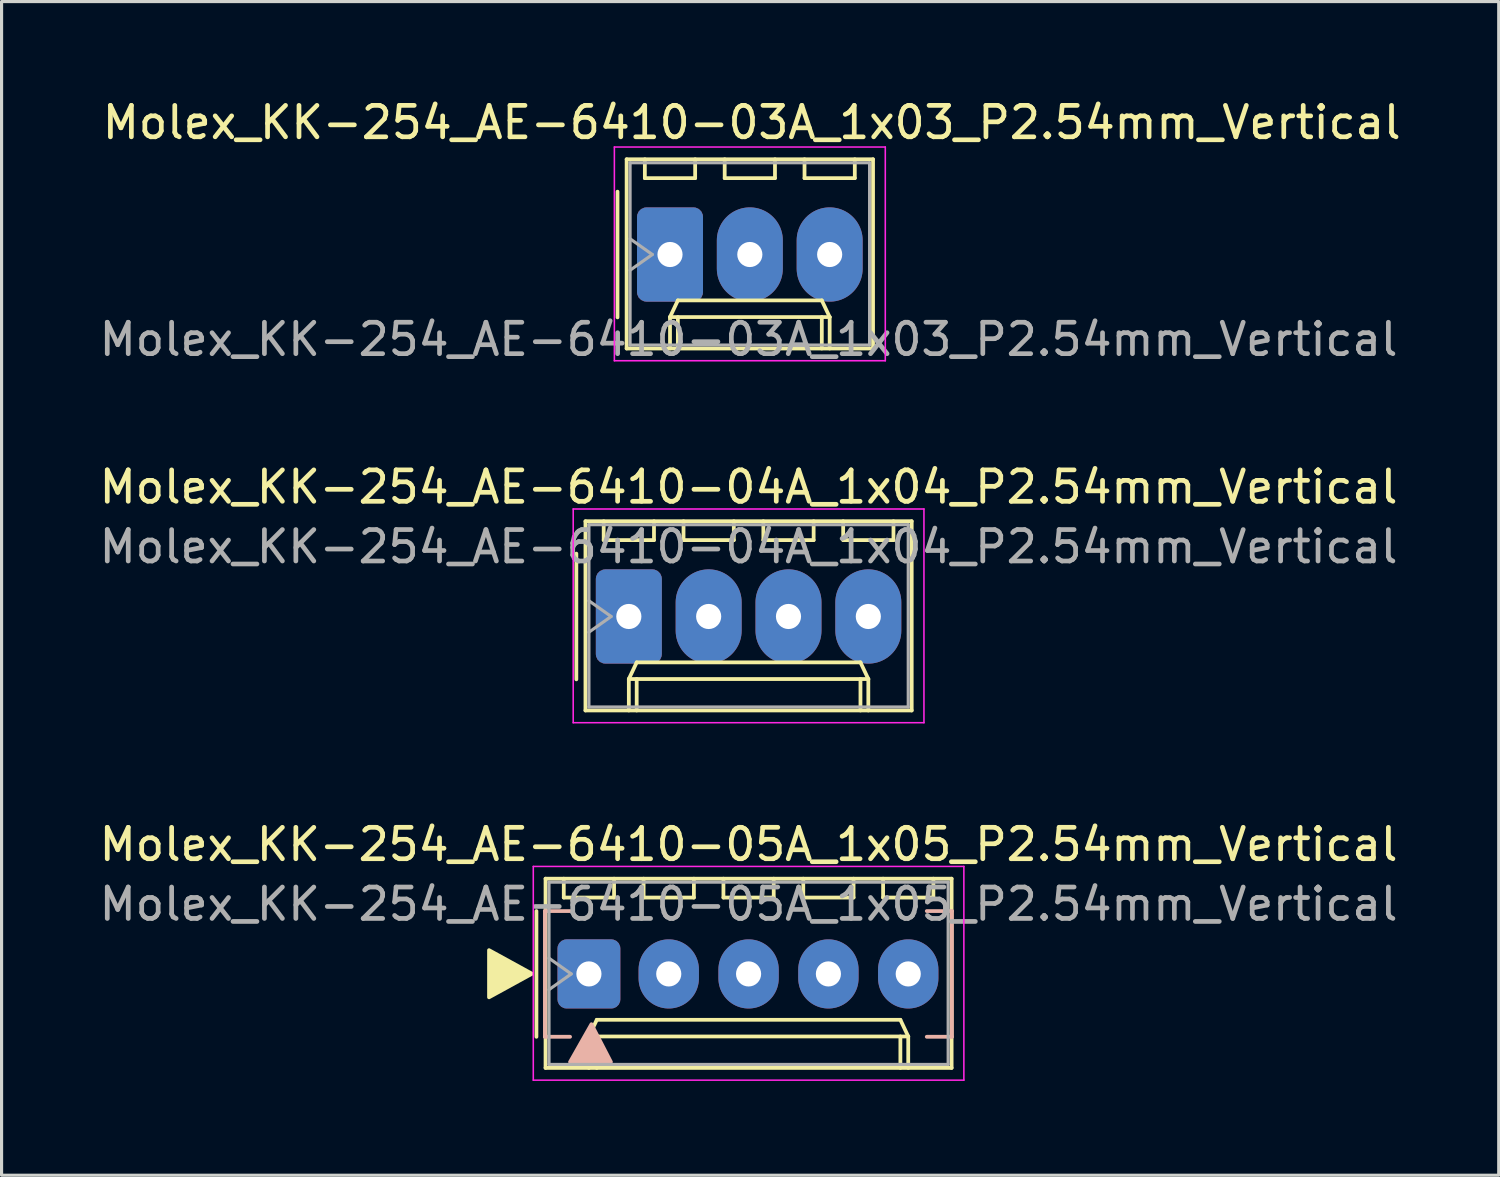
<source format=kicad_pcb>
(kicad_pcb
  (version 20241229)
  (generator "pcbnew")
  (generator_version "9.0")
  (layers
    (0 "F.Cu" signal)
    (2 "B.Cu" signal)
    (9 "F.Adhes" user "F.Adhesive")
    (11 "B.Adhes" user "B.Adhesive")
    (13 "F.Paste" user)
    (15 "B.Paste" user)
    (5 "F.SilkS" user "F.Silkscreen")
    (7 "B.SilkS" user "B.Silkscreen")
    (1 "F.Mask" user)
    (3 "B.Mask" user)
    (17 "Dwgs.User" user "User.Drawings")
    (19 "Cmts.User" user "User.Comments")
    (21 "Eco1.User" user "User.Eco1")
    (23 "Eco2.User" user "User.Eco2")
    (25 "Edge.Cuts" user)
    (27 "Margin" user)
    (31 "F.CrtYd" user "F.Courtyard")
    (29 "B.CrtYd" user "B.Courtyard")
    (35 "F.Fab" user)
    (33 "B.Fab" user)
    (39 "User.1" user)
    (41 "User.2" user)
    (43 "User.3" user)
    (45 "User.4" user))
  (footprint "Molex_KK-254_AE-6410-04A_1x04_P2.54mm_Vertical"
    (layer "F.Cu")
    (at 16.958 16.565)
    (property "Reference" "Molex_KK-254_AE-6410-04A_1x04_P2.54mm_Vertical" (at 3.81 -4.12 0) (layer "F.SilkS") (effects (font (size 1 1) (thickness 0.15))))
    (attr through_hole)
    (fp_line (start -1.67 -2) (end -1.67 2) (stroke (width 0.12) (type solid)) (layer "F.SilkS"))
    (fp_line (start -1.38 -3.03) (end -1.38 2.99) (stroke (width 0.12) (type solid)) (layer "F.SilkS"))
    (fp_line (start -1.38 2.99) (end 9 2.99) (stroke (width 0.12) (type solid)) (layer "F.SilkS"))
    (fp_line (start -0.8 -3.03) (end -0.8 -2.43) (stroke (width 0.12) (type solid)) (layer "F.SilkS"))
    (fp_line (start -0.8 -2.43) (end 0.8 -2.43) (stroke (width 0.12) (type solid)) (layer "F.SilkS"))
    (fp_line (start 0 1.99) (end 0.25 1.46) (stroke (width 0.12) (type solid)) (layer "F.SilkS"))
    (fp_line (start 0 1.99) (end 7.62 1.99) (stroke (width 0.12) (type solid)) (layer "F.SilkS"))
    (fp_line (start 0 2.99) (end 0 1.99) (stroke (width 0.12) (type solid)) (layer "F.SilkS"))
    (fp_line (start 0.25 1.46) (end 7.37 1.46) (stroke (width 0.12) (type solid)) (layer "F.SilkS"))
    (fp_line (start 0.25 2.99) (end 0.25 1.99) (stroke (width 0.12) (type solid)) (layer "F.SilkS"))
    (fp_line (start 0.8 -2.43) (end 0.8 -3.03) (stroke (width 0.12) (type solid)) (layer "F.SilkS"))
    (fp_line (start 1.74 -3.03) (end 1.74 -2.43) (stroke (width 0.12) (type solid)) (layer "F.SilkS"))
    (fp_line (start 1.74 -2.43) (end 3.34 -2.43) (stroke (width 0.12) (type solid)) (layer "F.SilkS"))
    (fp_line (start 3.34 -2.43) (end 3.34 -3.03) (stroke (width 0.12) (type solid)) (layer "F.SilkS"))
    (fp_line (start 4.28 -3.03) (end 4.28 -2.43) (stroke (width 0.12) (type solid)) (layer "F.SilkS"))
    (fp_line (start 4.28 -2.43) (end 5.88 -2.43) (stroke (width 0.12) (type solid)) (layer "F.SilkS"))
    (fp_line (start 5.88 -2.43) (end 5.88 -3.03) (stroke (width 0.12) (type solid)) (layer "F.SilkS"))
    (fp_line (start 6.82 -3.03) (end 6.82 -2.43) (stroke (width 0.12) (type solid)) (layer "F.SilkS"))
    (fp_line (start 6.82 -2.43) (end 8.42 -2.43) (stroke (width 0.12) (type solid)) (layer "F.SilkS"))
    (fp_line (start 7.37 1.46) (end 7.62 1.99) (stroke (width 0.12) (type solid)) (layer "F.SilkS"))
    (fp_line (start 7.37 2.99) (end 7.37 1.99) (stroke (width 0.12) (type solid)) (layer "F.SilkS"))
    (fp_line (start 7.62 1.99) (end 7.62 2.99) (stroke (width 0.12) (type solid)) (layer "F.SilkS"))
    (fp_line (start 8.42 -2.43) (end 8.42 -3.03) (stroke (width 0.12) (type solid)) (layer "F.SilkS"))
    (fp_line (start 9 -3.03) (end -1.38 -3.03) (stroke (width 0.12) (type solid)) (layer "F.SilkS"))
    (fp_line (start 9 2.99) (end 9 -3.03) (stroke (width 0.12) (type solid)) (layer "F.SilkS"))
    (fp_line (start -1.77 -3.42) (end -1.77 3.38) (stroke (width 0.05) (type solid)) (layer "F.CrtYd"))
    (fp_line (start -1.77 3.38) (end 9.39 3.38) (stroke (width 0.05) (type solid)) (layer "F.CrtYd"))
    (fp_line (start 9.39 -3.42) (end -1.77 -3.42) (stroke (width 0.05) (type solid)) (layer "F.CrtYd"))
    (fp_line (start 9.39 3.38) (end 9.39 -3.42) (stroke (width 0.05) (type solid)) (layer "F.CrtYd"))
    (fp_line (start -1.27 -2.92) (end -1.27 2.88) (stroke (width 0.1) (type solid)) (layer "F.Fab"))
    (fp_line (start -1.27 -0.5) (end -0.563 0) (stroke (width 0.1) (type solid)) (layer "F.Fab"))
    (fp_line (start -1.27 2.88) (end 8.89 2.88) (stroke (width 0.1) (type solid)) (layer "F.Fab"))
    (fp_line (start -0.563 0) (end -1.27 0.5) (stroke (width 0.1) (type solid)) (layer "F.Fab"))
    (fp_line (start 8.89 -2.92) (end -1.27 -2.92) (stroke (width 0.1) (type solid)) (layer "F.Fab"))
    (fp_line (start 8.89 2.88) (end 8.89 -2.92) (stroke (width 0.1) (type solid)) (layer "F.Fab"))
    (fp_text user "${REFERENCE}" (at 3.81 -2.22 0) (layer "F.Fab") (effects (font (size 1 1) (thickness 0.15))))
    (pad "1" thru_hole roundrect (at 0 0) (size 2.1 3) (drill 0.8) (layers "*.Cu" "*.Mask") (roundrect_rratio 0.144))
    (pad "2" thru_hole oval (at 2.54 0) (size 2.1 3) (drill 0.8) (layers "*.Cu" "*.Mask"))
    (pad "3" thru_hole oval (at 5.08 0) (size 2.1 3) (drill 0.8) (layers "*.Cu" "*.Mask"))
    (pad "4" thru_hole oval (at 7.62 0) (size 2.1 3) (drill 0.8) (layers "*.Cu" "*.Mask")))
  (footprint "Molex_KK-254_AE-6410-03A_1x03_P2.54mm_Vertical"
    (layer "F.Cu")
    (at 18.268 5.048)
    (property "Reference" "Molex_KK-254_AE-6410-03A_1x03_P2.54mm_Vertical" (at 2.6 -4.2 0) (layer "F.SilkS") (effects (font (size 1 1) (thickness 0.15))))
    (attr through_hole)
    (fp_line (start -1.67 -2) (end -1.67 2) (stroke (width 0.12) (type solid)) (layer "F.SilkS"))
    (fp_line (start -1.38 -3.03) (end -1.38 2.99) (stroke (width 0.12) (type solid)) (layer "F.SilkS"))
    (fp_line (start -1.38 2.99) (end 6.46 2.99) (stroke (width 0.12) (type solid)) (layer "F.SilkS"))
    (fp_line (start -0.8 -3.03) (end -0.8 -2.43) (stroke (width 0.12) (type solid)) (layer "F.SilkS"))
    (fp_line (start -0.8 -2.43) (end 0.8 -2.43) (stroke (width 0.12) (type solid)) (layer "F.SilkS"))
    (fp_line (start 0 1.99) (end 0.25 1.46) (stroke (width 0.12) (type solid)) (layer "F.SilkS"))
    (fp_line (start 0 1.99) (end 5.08 1.99) (stroke (width 0.12) (type solid)) (layer "F.SilkS"))
    (fp_line (start 0 2.99) (end 0 1.99) (stroke (width 0.12) (type solid)) (layer "F.SilkS"))
    (fp_line (start 0.25 1.46) (end 4.83 1.46) (stroke (width 0.12) (type solid)) (layer "F.SilkS"))
    (fp_line (start 0.25 2.99) (end 0.25 1.99) (stroke (width 0.12) (type solid)) (layer "F.SilkS"))
    (fp_line (start 0.8 -2.43) (end 0.8 -3.03) (stroke (width 0.12) (type solid)) (layer "F.SilkS"))
    (fp_line (start 1.74 -3.03) (end 1.74 -2.43) (stroke (width 0.12) (type solid)) (layer "F.SilkS"))
    (fp_line (start 1.74 -2.43) (end 3.34 -2.43) (stroke (width 0.12) (type solid)) (layer "F.SilkS"))
    (fp_line (start 3.34 -2.43) (end 3.34 -3.03) (stroke (width 0.12) (type solid)) (layer "F.SilkS"))
    (fp_line (start 4.28 -3.03) (end 4.28 -2.43) (stroke (width 0.12) (type solid)) (layer "F.SilkS"))
    (fp_line (start 4.28 -2.43) (end 5.88 -2.43) (stroke (width 0.12) (type solid)) (layer "F.SilkS"))
    (fp_line (start 4.83 1.46) (end 5.08 1.99) (stroke (width 0.12) (type solid)) (layer "F.SilkS"))
    (fp_line (start 4.83 2.99) (end 4.83 1.99) (stroke (width 0.12) (type solid)) (layer "F.SilkS"))
    (fp_line (start 5.08 1.99) (end 5.08 2.99) (stroke (width 0.12) (type solid)) (layer "F.SilkS"))
    (fp_line (start 5.88 -2.43) (end 5.88 -3.03) (stroke (width 0.12) (type solid)) (layer "F.SilkS"))
    (fp_line (start 6.46 -3.03) (end -1.38 -3.03) (stroke (width 0.12) (type solid)) (layer "F.SilkS"))
    (fp_line (start 6.46 2.99) (end 6.46 -3.03) (stroke (width 0.12) (type solid)) (layer "F.SilkS"))
    (fp_line (start -1.77 -3.42) (end -1.77 3.38) (stroke (width 0.05) (type solid)) (layer "F.CrtYd"))
    (fp_line (start -1.77 3.38) (end 6.85 3.38) (stroke (width 0.05) (type solid)) (layer "F.CrtYd"))
    (fp_line (start 6.85 -3.42) (end -1.77 -3.42) (stroke (width 0.05) (type solid)) (layer "F.CrtYd"))
    (fp_line (start 6.85 3.38) (end 6.85 -3.42) (stroke (width 0.05) (type solid)) (layer "F.CrtYd"))
    (fp_line (start -1.27 -2.92) (end -1.27 2.88) (stroke (width 0.1) (type solid)) (layer "F.Fab"))
    (fp_line (start -1.27 -0.5) (end -0.563 0) (stroke (width 0.1) (type solid)) (layer "F.Fab"))
    (fp_line (start -1.27 2.88) (end 6.35 2.88) (stroke (width 0.1) (type solid)) (layer "F.Fab"))
    (fp_line (start -0.563 0) (end -1.27 0.5) (stroke (width 0.1) (type solid)) (layer "F.Fab"))
    (fp_line (start 6.35 -2.92) (end -1.27 -2.92) (stroke (width 0.1) (type solid)) (layer "F.Fab"))
    (fp_line (start 6.35 2.88) (end 6.35 -2.92) (stroke (width 0.1) (type solid)) (layer "F.Fab"))
    (fp_text user "${REFERENCE}" (at 2.5 2.7 0) (layer "F.Fab") (effects (font (size 1 1) (thickness 0.15))))
    (pad "1" thru_hole roundrect (at 0 0) (size 2.1 3) (drill 0.8) (layers "*.Cu" "*.Mask") (roundrect_rratio 0.144))
    (pad "2" thru_hole oval (at 2.54 0) (size 2.1 3) (drill 0.8) (layers "*.Cu" "*.Mask"))
    (pad "3" thru_hole oval (at 5.08 0) (size 2.1 3) (drill 0.8) (layers "*.Cu" "*.Mask")))
  (footprint "Molex_KK-254_AE-6410-05A_1x05_P2.54mm_Vertical"
    (layer "F.Cu")
    (at 15.688 27.938)
    (property "Reference" "Molex_KK-254_AE-6410-05A_1x05_P2.54mm_Vertical" (at 5.08 -4.12 180) (layer "F.SilkS") (effects (font (size 1 1) (thickness 0.15))))
    (attr through_hole)
    (fp_line (start -1.67 -2) (end -1.67 2) (stroke (width 0.12) (type solid)) (layer "F.SilkS"))
    (fp_line (start -1.38 -3.03) (end -1.38 2.99) (stroke (width 0.12) (type solid)) (layer "F.SilkS"))
    (fp_line (start -1.38 2.99) (end 11.54 2.99) (stroke (width 0.12) (type solid)) (layer "F.SilkS"))
    (fp_line (start -0.8 -3.03) (end -0.8 -2.43) (stroke (width 0.12) (type solid)) (layer "F.SilkS"))
    (fp_line (start -0.8 -2.43) (end 0.8 -2.43) (stroke (width 0.12) (type solid)) (layer "F.SilkS"))
    (fp_line (start 0 1.99) (end 0.25 1.46) (stroke (width 0.12) (type solid)) (layer "F.SilkS"))
    (fp_line (start 0 1.99) (end 10.16 1.99) (stroke (width 0.12) (type solid)) (layer "F.SilkS"))
    (fp_line (start 0 2.99) (end 0 1.99) (stroke (width 0.12) (type solid)) (layer "F.SilkS"))
    (fp_line (start 0.25 1.46) (end 9.91 1.46) (stroke (width 0.12) (type solid)) (layer "F.SilkS"))
    (fp_line (start 0.25 2.99) (end 0.25 1.99) (stroke (width 0.12) (type solid)) (layer "F.SilkS"))
    (fp_line (start 0.8 -2.43) (end 0.8 -3.03) (stroke (width 0.12) (type solid)) (layer "F.SilkS"))
    (fp_line (start 1.74 -3.03) (end 1.74 -2.43) (stroke (width 0.12) (type solid)) (layer "F.SilkS"))
    (fp_line (start 1.74 -2.43) (end 3.34 -2.43) (stroke (width 0.12) (type solid)) (layer "F.SilkS"))
    (fp_line (start 3.34 -2.43) (end 3.34 -3.03) (stroke (width 0.12) (type solid)) (layer "F.SilkS"))
    (fp_line (start 4.28 -3.03) (end 4.28 -2.43) (stroke (width 0.12) (type solid)) (layer "F.SilkS"))
    (fp_line (start 4.28 -2.43) (end 5.88 -2.43) (stroke (width 0.12) (type solid)) (layer "F.SilkS"))
    (fp_line (start 5.88 -2.43) (end 5.88 -3.03) (stroke (width 0.12) (type solid)) (layer "F.SilkS"))
    (fp_line (start 6.82 -3.03) (end 6.82 -2.43) (stroke (width 0.12) (type solid)) (layer "F.SilkS"))
    (fp_line (start 6.82 -2.43) (end 8.42 -2.43) (stroke (width 0.12) (type solid)) (layer "F.SilkS"))
    (fp_line (start 8.42 -2.43) (end 8.42 -3.03) (stroke (width 0.12) (type solid)) (layer "F.SilkS"))
    (fp_line (start 9.36 -3.03) (end 9.36 -2.43) (stroke (width 0.12) (type solid)) (layer "F.SilkS"))
    (fp_line (start 9.36 -2.43) (end 10.96 -2.43) (stroke (width 0.12) (type solid)) (layer "F.SilkS"))
    (fp_line (start 9.91 1.46) (end 10.16 1.99) (stroke (width 0.12) (type solid)) (layer "F.SilkS"))
    (fp_line (start 9.91 2.99) (end 9.91 1.99) (stroke (width 0.12) (type solid)) (layer "F.SilkS"))
    (fp_line (start 10.16 1.99) (end 10.16 2.99) (stroke (width 0.12) (type solid)) (layer "F.SilkS"))
    (fp_line (start 10.96 -2.43) (end 10.96 -3.03) (stroke (width 0.12) (type solid)) (layer "F.SilkS"))
    (fp_line (start 11.54 -3.03) (end -1.38 -3.03) (stroke (width 0.12) (type solid)) (layer "F.SilkS"))
    (fp_line (start 11.54 2.99) (end 11.54 -3.03) (stroke (width 0.12) (type solid)) (layer "F.SilkS"))
    (fp_poly (pts (xy -1.812 -0.006) (xy -3.178 0.744) (xy -3.178 -0.756)) (stroke (width 0.12) (type solid)) (fill yes) (layer "F.SilkS"))
    (fp_line (start -1.4 -2) (end -1.4 2) (stroke (width 0.12) (type solid)) (layer "B.SilkS"))
    (fp_line (start -1.4 -2) (end -0.6 -2) (stroke (width 0.12) (type solid)) (layer "B.SilkS"))
    (fp_line (start -1.4 2) (end -0.6 2) (stroke (width 0.12) (type solid)) (layer "B.SilkS"))
    (fp_line (start 11.55 -2) (end 10.75 -2) (stroke (width 0.12) (type solid)) (layer "B.SilkS"))
    (fp_line (start 11.55 2) (end 10.75 2) (stroke (width 0.12) (type solid)) (layer "B.SilkS"))
    (fp_line (start 11.55 2) (end 11.55 -2) (stroke (width 0.12) (type solid)) (layer "B.SilkS"))
    (fp_poly (pts (xy 0.08 1.6) (xy 0.7 2.8) (xy -0.6 2.8)) (stroke (width 0.12) (type solid)) (fill yes) (layer "B.SilkS"))
    (fp_line (start -1.77 -3.42) (end -1.77 3.38) (stroke (width 0.05) (type solid)) (layer "F.CrtYd"))
    (fp_line (start -1.77 3.38) (end 11.93 3.38) (stroke (width 0.05) (type solid)) (layer "F.CrtYd"))
    (fp_line (start 11.93 -3.42) (end -1.77 -3.42) (stroke (width 0.05) (type solid)) (layer "F.CrtYd"))
    (fp_line (start 11.93 3.38) (end 11.93 -3.42) (stroke (width 0.05) (type solid)) (layer "F.CrtYd"))
    (fp_line (start -1.27 -2.92) (end -1.27 2.88) (stroke (width 0.1) (type solid)) (layer "F.Fab"))
    (fp_line (start -1.27 -0.5) (end -0.563 0) (stroke (width 0.1) (type solid)) (layer "F.Fab"))
    (fp_line (start -1.27 2.88) (end 11.43 2.88) (stroke (width 0.1) (type solid)) (layer "F.Fab"))
    (fp_line (start -0.563 0) (end -1.27 0.5) (stroke (width 0.1) (type solid)) (layer "F.Fab"))
    (fp_line (start 11.43 -2.92) (end -1.27 -2.92) (stroke (width 0.1) (type solid)) (layer "F.Fab"))
    (fp_line (start 11.43 2.88) (end 11.43 -2.92) (stroke (width 0.1) (type solid)) (layer "F.Fab"))
    (fp_text user "${REFERENCE}" (at 5.08 -2.22 180) (layer "F.Fab") (effects (font (size 1 1) (thickness 0.15))))
    (pad "1" thru_hole roundrect (at 0 0) (size 2 2.2) (drill 0.8) (layers "*.Cu" "*.Mask") (roundrect_rratio 0.144))
    (pad "2" thru_hole oval (at 2.54 0) (size 1.92 2.2) (drill 0.8) (layers "*.Cu" "*.Mask"))
    (pad "3" thru_hole oval (at 5.08 0) (size 1.92 2.2) (drill 0.8) (layers "*.Cu" "*.Mask"))
    (pad "4" thru_hole oval (at 7.62 0) (size 1.92 2.2) (drill 0.8) (layers "*.Cu" "*.Mask"))
    (pad "5" thru_hole oval (at 10.16 0) (size 1.92 2.2) (drill 0.8) (layers "*.Cu" "*.Mask")))
  (gr_rect
    (start -3 -3)
    (end 44.636 34.343)
    (stroke (width 0.1) (type default))
    (fill no)
    (layer "Edge.Cuts")))
</source>
